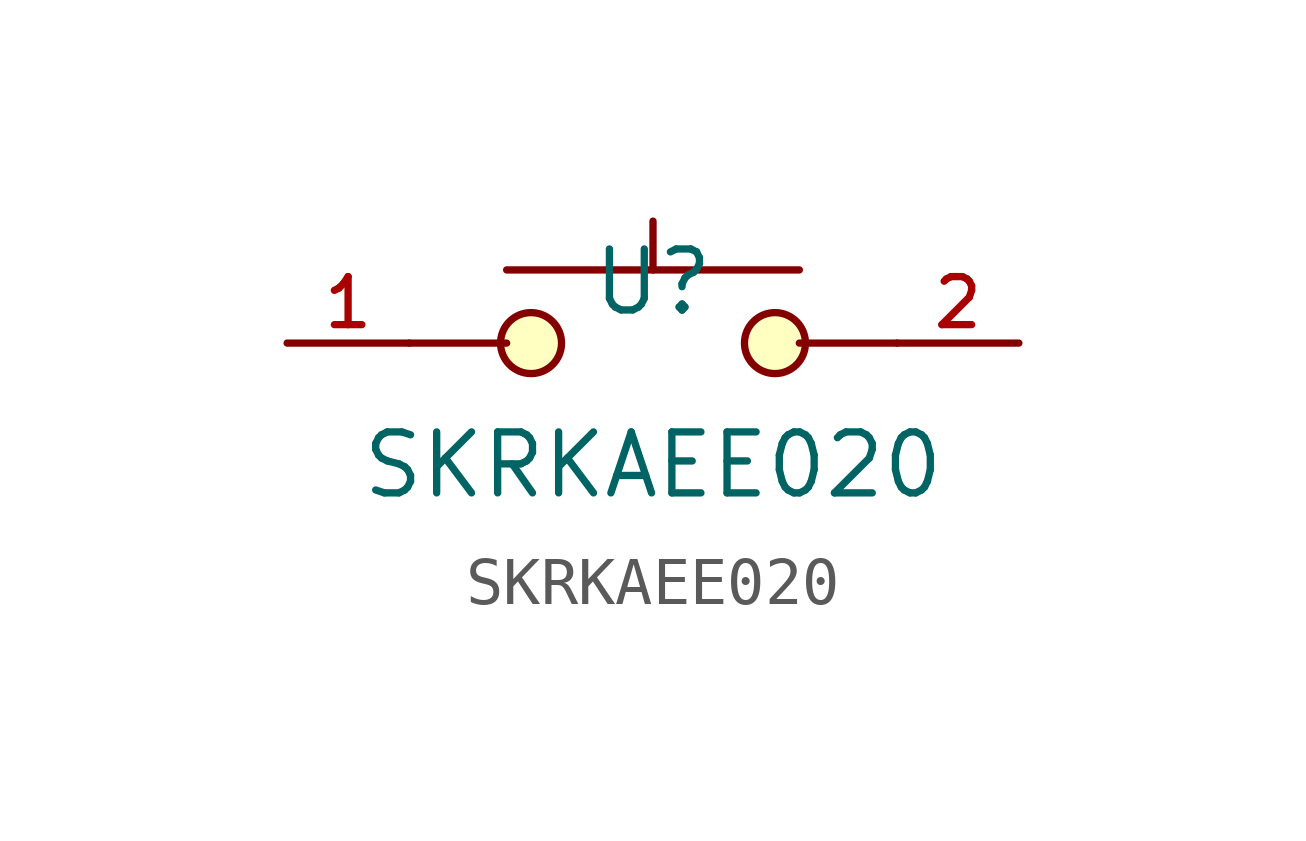
<source format=kicad_sym>
(kicad_symbol_lib
  (version 20210201)
  (generator TousstNicolas/JLC2KiCad_lib)
  (symbol "SKRKAEE020"
    (pin_names hide)
    (property "Reference" "U"
      (at 0 1.27 0)
      (effects (font (size 1.27 1.27))))
    (property "Value" "SKRKAEE020"
      (at 0 -2.54 0)
      (effects (font (size 1.27 1.27))))
    (symbol "SKRKAEE020_0_1"
      (pin unspecified line (at 7.62 -0.0 180) (length 2.54) (name "2" (effects (font (size 1 1)))) (number "2" (effects (font (size 1 1)))))
      (pin unspecified line (at -7.62 -0.0 0) (length 2.54) (name "1" (effects (font (size 1 1)))) (number "1" (effects (font (size 1 1)))))
      (polyline (pts (xy 0.0 2.54) (xy 0.0 1.524)) (stroke (width 0) (type default) (color 0 0 0 0)) (fill (type none)))
      (polyline (pts (xy 3.048 1.524) (xy -3.048 1.524)) (stroke (width 0) (type default) (color 0 0 0 0)) (fill (type none)))
      (polyline (pts (xy -3.048 -0.0) (xy -5.08 -0.0)) (stroke (width 0) (type default) (color 0 0 0 0)) (fill (type none)))
      (polyline (pts (xy 3.048 -0.0) (xy 5.08 -0.0)) (stroke (width 0) (type default) (color 0 0 0 0)) (fill (type none)))
      (circle (center -2.54 -0.0) (radius 0.635) (stroke (width 0) (type default) (color 0 0 0 0)) (fill (type background)))
      (circle (center 2.54 -0.0) (radius 0.635) (stroke (width 0) (type default) (color 0 0 0 0)) (fill (type background))))))
</source>
